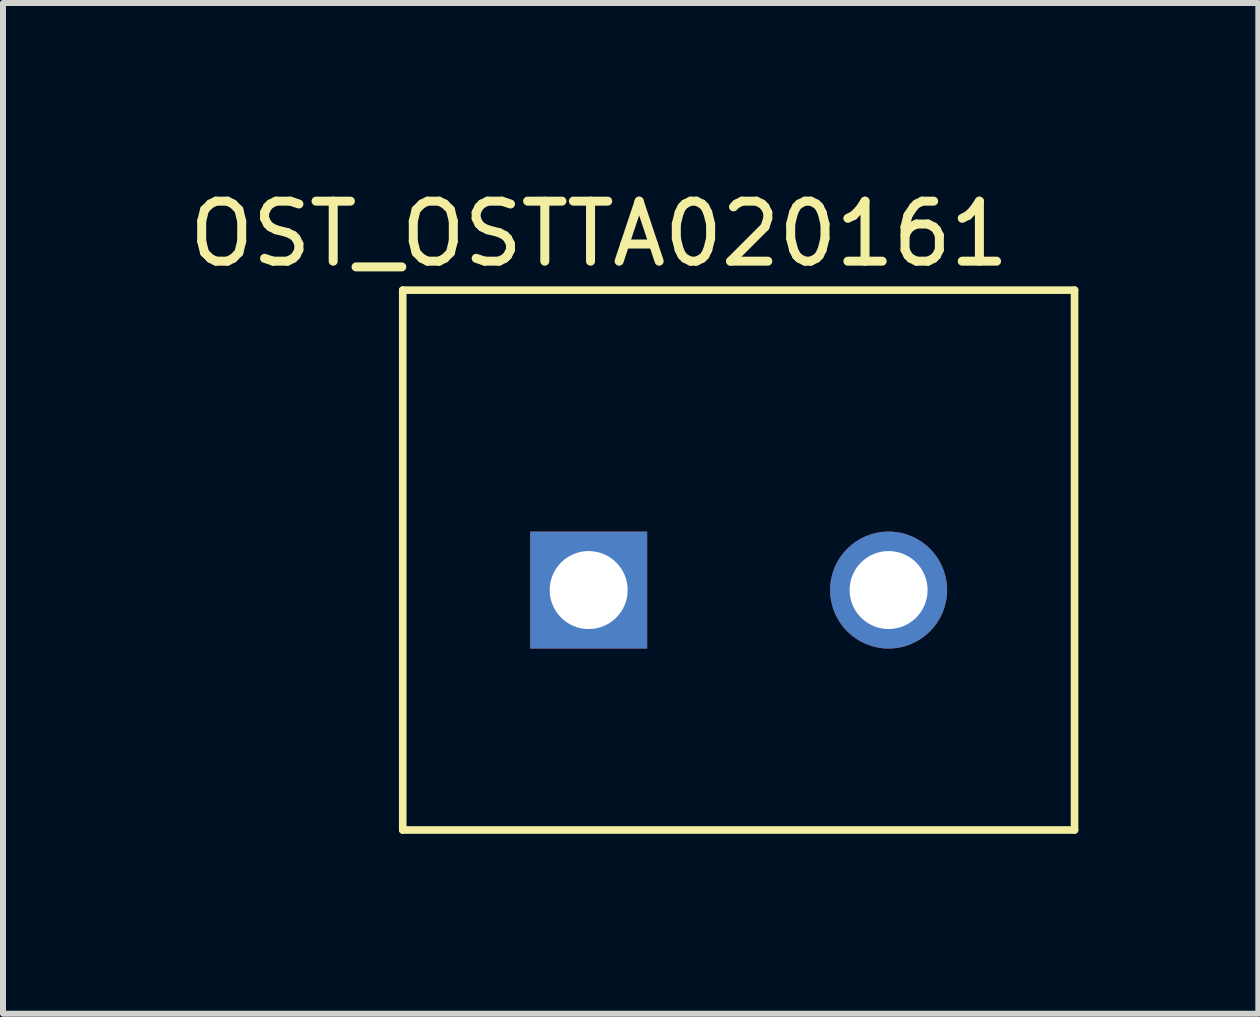
<source format=kicad_pcb>
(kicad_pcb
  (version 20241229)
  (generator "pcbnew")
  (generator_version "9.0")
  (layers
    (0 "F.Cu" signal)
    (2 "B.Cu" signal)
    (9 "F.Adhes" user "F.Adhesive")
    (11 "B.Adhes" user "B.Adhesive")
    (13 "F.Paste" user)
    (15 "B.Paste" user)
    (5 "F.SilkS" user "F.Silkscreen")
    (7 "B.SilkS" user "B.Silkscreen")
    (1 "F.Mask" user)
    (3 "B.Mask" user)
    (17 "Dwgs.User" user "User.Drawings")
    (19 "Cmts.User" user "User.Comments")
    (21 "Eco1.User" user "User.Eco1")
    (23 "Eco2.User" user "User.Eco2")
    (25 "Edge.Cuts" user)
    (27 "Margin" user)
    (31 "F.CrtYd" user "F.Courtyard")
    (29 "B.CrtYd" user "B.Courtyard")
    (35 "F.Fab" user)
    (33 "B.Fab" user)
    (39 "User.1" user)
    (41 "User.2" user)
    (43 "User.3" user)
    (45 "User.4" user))
  (footprint "OST_OSTTA020161"
    (layer "F.Cu")
    (at 9.264 6.787)
    (property "Reference" "OST_OSTTA020161" (at -2.326 -5.938 0) (layer "F.SilkS") (effects (font (size 1.001 1.001) (thickness 0.15))))
    (attr through_hole)
    (fp_line (start -5.6 -5) (end 5.6 -5) (stroke (width 0.127) (type solid)) (layer "F.SilkS"))
    (fp_line (start -5.6 4) (end -5.6 -5) (stroke (width 0.127) (type solid)) (layer "F.SilkS"))
    (fp_line (start 5.6 -5) (end 5.6 4) (stroke (width 0.127) (type solid)) (layer "F.SilkS"))
    (fp_line (start 5.6 4) (end -5.6 4) (stroke (width 0.127) (type solid)) (layer "F.SilkS"))
    (pad "1" thru_hole rect (at -2.5 0) (size 1.95 1.95) (drill 1.3) (layers "*.Cu" "*.Mask"))
    (pad "2" thru_hole circle (at 2.5 0) (size 1.95 1.95) (drill 1.3) (layers "*.Cu" "*.Mask")))
  (gr_rect
    (start -3 -3)
    (end 17.928 13.85)
    (stroke (width 0.1) (type default))
    (fill no)
    (layer "Edge.Cuts")))
</source>
